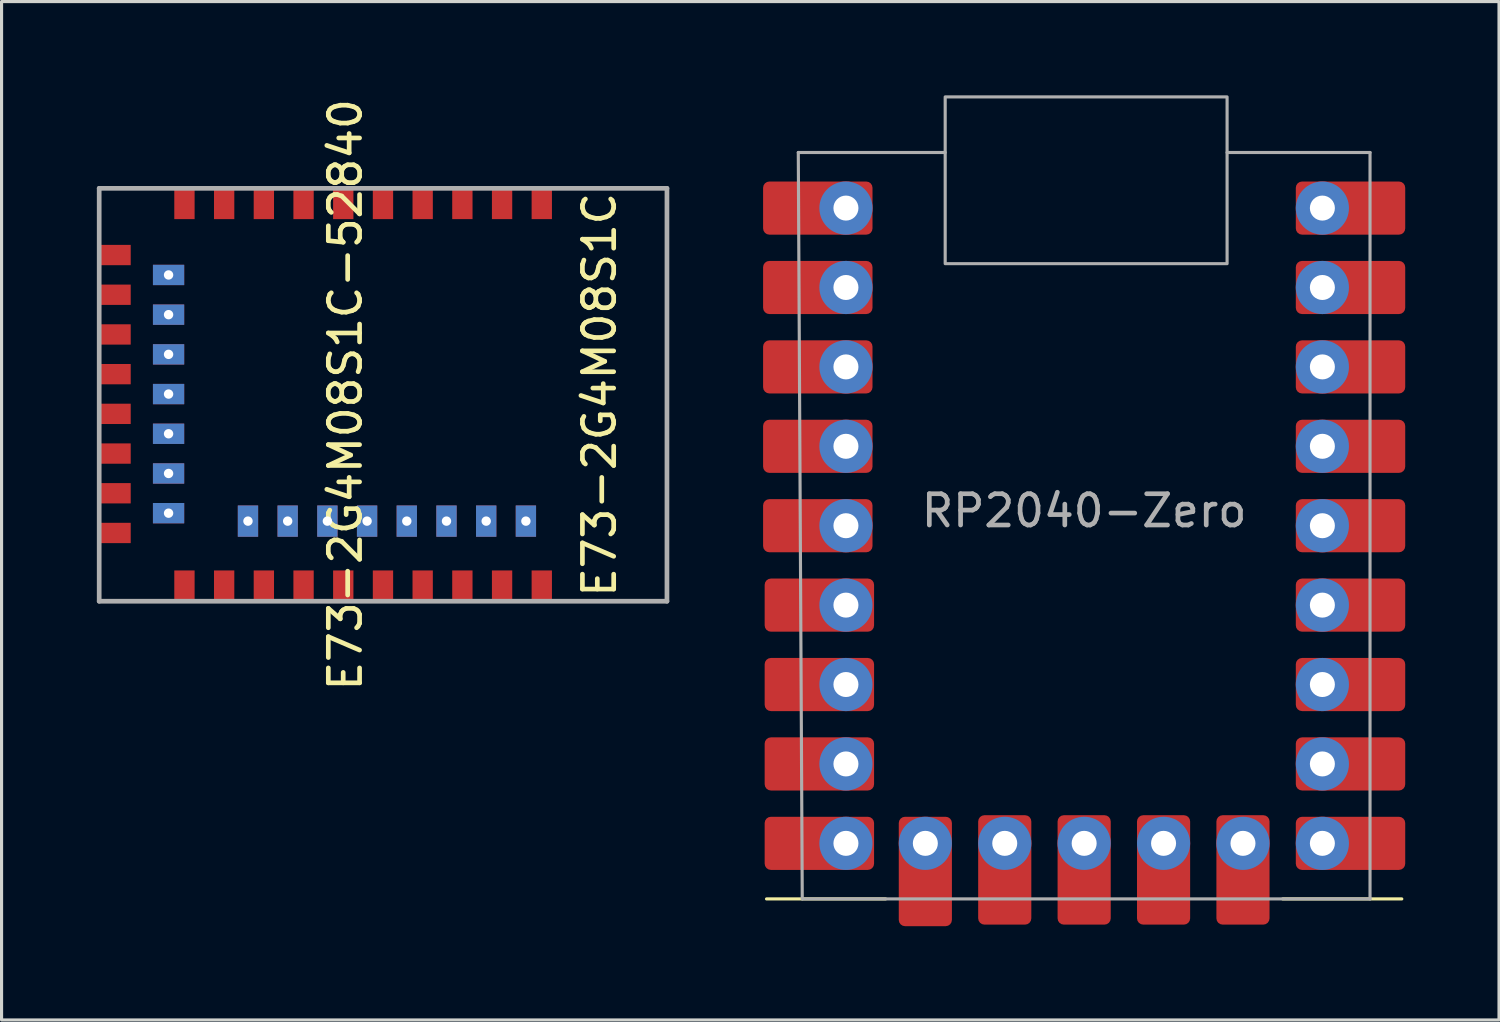
<source format=kicad_pcb>
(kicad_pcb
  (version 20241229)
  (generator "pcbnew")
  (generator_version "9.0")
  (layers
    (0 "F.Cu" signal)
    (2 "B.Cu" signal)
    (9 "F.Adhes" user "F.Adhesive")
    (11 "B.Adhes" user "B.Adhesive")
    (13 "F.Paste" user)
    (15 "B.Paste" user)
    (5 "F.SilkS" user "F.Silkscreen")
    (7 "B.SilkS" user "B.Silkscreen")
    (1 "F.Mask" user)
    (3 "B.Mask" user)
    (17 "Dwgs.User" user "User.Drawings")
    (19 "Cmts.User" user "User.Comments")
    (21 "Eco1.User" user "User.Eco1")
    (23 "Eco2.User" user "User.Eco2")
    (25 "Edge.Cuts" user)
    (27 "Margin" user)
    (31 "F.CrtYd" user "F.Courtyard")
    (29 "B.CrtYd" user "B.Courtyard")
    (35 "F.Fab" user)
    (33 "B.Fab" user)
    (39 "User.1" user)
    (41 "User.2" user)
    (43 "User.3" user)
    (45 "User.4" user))
  (footprint "E73-2G4M08S1C-52840"
    (layer "F.Cu")
    (at 0.25 9.578)
    (property "Reference" "E73-2G4M08S1C-52840" (at 7.747 -0.000467 270) (layer "F.SilkS") (effects (font (size 1 1) (thickness 0.15))))
    (attr through_hole)
    (fp_line (start -0.127 -6.604) (end -0.127 6.604) (stroke (width 0.15) (type solid)) (layer "F.Fab"))
    (fp_line (start -0.127 6.604) (end 18.034 6.604) (stroke (width 0.15) (type solid)) (layer "F.Fab"))
    (fp_line (start 18.034 -6.604) (end -0.127 -6.604) (stroke (width 0.15) (type solid)) (layer "F.Fab"))
    (fp_line (start 18.034 6.604) (end 18.034 -6.604) (stroke (width 0.15) (type solid)) (layer "F.Fab"))
    (fp_text user "E73-2G4M08S1C" (at 15.875 0 90) (layer "F.SilkS") (effects (font (size 1 1) (thickness 0.15))))
    (pad "1" smd rect (at 14.03 -6.119) (size 0.65 1) (layers "F.Cu" "F.Mask" "F.Paste"))
    (pad "2" smd rect (at 12.76 -6.119) (size 0.65 1) (layers "F.Cu" "F.Mask" "F.Paste"))
    (pad "3" smd rect (at 11.49 -6.119) (size 0.65 1) (layers "F.Cu" "F.Mask" "F.Paste"))
    (pad "4" smd rect (at 10.22 -6.119) (size 0.65 1) (layers "F.Cu" "F.Mask" "F.Paste"))
    (pad "5" smd rect (at 8.95 -6.119) (size 0.65 1) (layers "F.Cu" "F.Mask" "F.Paste"))
    (pad "6" smd rect (at 7.68 -6.119) (size 0.65 1) (layers "F.Cu" "F.Mask" "F.Paste"))
    (pad "7" smd rect (at 6.41 -6.119) (size 0.65 1) (layers "F.Cu" "F.Mask" "F.Paste"))
    (pad "8" smd rect (at 5.14 -6.119) (size 0.65 1) (layers "F.Cu" "F.Mask" "F.Paste"))
    (pad "9" smd rect (at 3.87 -6.119) (size 0.65 1) (layers "F.Cu" "F.Mask" "F.Paste"))
    (pad "10" smd rect (at 2.6 -6.119) (size 0.65 1) (layers "F.Cu" "F.Mask" "F.Paste"))
    (pad "11" smd rect (at 0.381 -4.47 90) (size 0.65 1) (layers "F.Cu" "F.Mask" "F.Paste"))
    (pad "12" thru_hole rect (at 2.092 -3.833 90) (size 0.65 1) (drill 0.3) (layers "*.Cu" "*.Mask"))
    (pad "13" smd rect (at 0.381 -3.2 90) (size 0.65 1) (layers "F.Cu" "F.Mask" "F.Paste"))
    (pad "14" thru_hole rect (at 2.092 -2.563 90) (size 0.65 1) (drill 0.3) (layers "*.Cu" "*.Mask"))
    (pad "15" smd rect (at 0.381 -1.93 90) (size 0.65 1) (layers "F.Cu" "F.Mask" "F.Paste"))
    (pad "16" thru_hole rect (at 2.092 -1.293 90) (size 0.65 1) (drill 0.3) (layers "*.Cu" "*.Mask"))
    (pad "17" smd rect (at 0.381 -0.66 90) (size 0.65 1) (layers "F.Cu" "F.Mask" "F.Paste"))
    (pad "18" thru_hole rect (at 2.092 -0.023 90) (size 0.65 1) (drill 0.3) (layers "*.Cu" "*.Mask"))
    (pad "19" smd rect (at 0.381 0.61 90) (size 0.65 1) (layers "F.Cu" "F.Mask" "F.Paste"))
    (pad "20" thru_hole rect (at 2.092 1.247 90) (size 0.65 1) (drill 0.3) (layers "*.Cu" "*.Mask"))
    (pad "21" smd rect (at 0.381 1.88 90) (size 0.65 1) (layers "F.Cu" "F.Mask" "F.Paste"))
    (pad "22" thru_hole rect (at 2.092 2.517 90) (size 0.65 1) (drill 0.3) (layers "*.Cu" "*.Mask"))
    (pad "23" smd rect (at 0.381 3.15 90) (size 0.65 1) (layers "F.Cu" "F.Mask" "F.Paste"))
    (pad "24" thru_hole rect (at 2.092 3.787 90) (size 0.65 1) (drill 0.3) (layers "*.Cu" "*.Mask"))
    (pad "25" smd rect (at 0.381 4.42 90) (size 0.65 1) (layers "F.Cu" "F.Mask" "F.Paste"))
    (pad "26" smd rect (at 2.6 6.119) (size 0.65 1) (layers "F.Cu" "F.Mask" "F.Paste"))
    (pad "27" smd rect (at 3.87 6.119) (size 0.65 1) (layers "F.Cu" "F.Mask" "F.Paste"))
    (pad "28" thru_hole rect (at 4.632 4.041) (size 0.65 1) (drill 0.3) (layers "*.Cu" "*.Mask"))
    (pad "29" smd rect (at 5.14 6.119) (size 0.65 1) (layers "F.Cu" "F.Mask" "F.Paste"))
    (pad "30" thru_hole rect (at 5.902 4.041) (size 0.65 1) (drill 0.3) (layers "*.Cu" "*.Mask"))
    (pad "31" smd rect (at 6.41 6.119) (size 0.65 1) (layers "F.Cu" "F.Mask" "F.Paste"))
    (pad "32" thru_hole rect (at 7.172 4.041) (size 0.65 1) (drill 0.3) (layers "*.Cu" "*.Mask"))
    (pad "33" smd rect (at 7.68 6.119) (size 0.65 1) (layers "F.Cu" "F.Mask" "F.Paste"))
    (pad "34" thru_hole rect (at 8.442 4.041) (size 0.65 1) (drill 0.3) (layers "*.Cu" "*.Mask"))
    (pad "35" smd rect (at 8.95 6.119) (size 0.65 1) (layers "F.Cu" "F.Mask" "F.Paste"))
    (pad "36" thru_hole rect (at 9.712 4.041) (size 0.65 1) (drill 0.3) (layers "*.Cu" "*.Mask"))
    (pad "37" smd rect (at 10.22 6.119) (size 0.65 1) (layers "F.Cu" "F.Mask" "F.Paste"))
    (pad "38" thru_hole rect (at 10.982 4.041) (size 0.65 1) (drill 0.3) (layers "*.Cu" "*.Mask"))
    (pad "39" smd rect (at 11.49 6.119) (size 0.65 1) (layers "F.Cu" "F.Mask" "F.Paste"))
    (pad "40" thru_hole rect (at 12.252 4.041) (size 0.65 1) (drill 0.3) (layers "*.Cu" "*.Mask"))
    (pad "41" smd rect (at 12.76 6.119) (size 0.65 1) (layers "F.Cu" "F.Mask" "F.Paste"))
    (pad "42" thru_hole rect (at 13.522 4.041) (size 0.65 1) (drill 0.3) (layers "*.Cu" "*.Mask"))
    (pad "43" smd rect (at 14.03 6.119) (size 0.65 1) (layers "F.Cu" "F.Mask" "F.Paste")))
  (footprint "RP2040-Zero"
    (layer "F.Cu")
    (at 31.629 13.288)
    (property "Reference" "RP2040-Zero" (at 0 0 0) (unlocked yes) (layer "F.Fab") (effects (font (size 1 1) (thickness 0.15))))
    (attr through_hole)
    (fp_line (start -10.16 12.416) (end -6.35 12.416) (stroke (width 0.1) (type solid)) (layer "F.SilkS"))
    (fp_line (start 6.35 12.416) (end 10.16 12.416) (stroke (width 0.1) (type solid)) (layer "F.SilkS"))
    (fp_line (start -9.144 -11.46) (end -4.445 -11.46) (stroke (width 0.1) (type default)) (layer "F.Fab"))
    (fp_line (start -9.017 12.416) (end -9.144 -11.46) (stroke (width 0.1) (type default)) (layer "F.Fab"))
    (fp_line (start 4.572 -11.46) (end 9.144 -11.46) (stroke (width 0.1) (type default)) (layer "F.Fab"))
    (fp_line (start 9.144 -11.46) (end 9.144 12.416) (stroke (width 0.1) (type default)) (layer "F.Fab"))
    (fp_line (start 9.144 12.416) (end -9.017 12.416) (stroke (width 0.1) (type default)) (layer "F.Fab"))
    (fp_rect (start -4.445 -13.238) (end 4.572 -7.904) (stroke (width 0.1) (type default)) (fill no) (layer "F.Fab"))
    (pad "1" smd roundrect (at -8.52 -9.682) (size 3.5 1.7) (layers "F.Cu" "F.Mask") (roundrect_rratio 0.118))
    (pad "1" thru_hole circle (at -7.62 -9.682) (size 1.7 1.7) (drill 0.8) (layers "*.Cu" "*.Mask"))
    (pad "2" smd roundrect (at -8.52 -7.142) (size 3.5 1.7) (layers "F.Cu" "F.Mask") (roundrect_rratio 0.118))
    (pad "2" thru_hole circle (at -7.62 -7.142) (size 1.7 1.7) (drill 0.8) (layers "*.Cu" "*.Mask"))
    (pad "3" smd roundrect (at -8.52 -4.602) (size 3.5 1.7) (layers "F.Cu" "F.Mask") (roundrect_rratio 0.118))
    (pad "3" thru_hole circle (at -7.62 -4.602) (size 1.7 1.7) (drill 0.8) (layers "*.Cu" "*.Mask"))
    (pad "4" smd roundrect (at -8.52 -2.062) (size 3.5 1.7) (layers "F.Cu" "F.Mask") (roundrect_rratio 0.118))
    (pad "4" thru_hole circle (at -7.62 -2.062) (size 1.7 1.7) (drill 0.8) (layers "*.Cu" "*.Mask"))
    (pad "5" smd roundrect (at -8.52 0.478) (size 3.5 1.7) (layers "F.Cu" "F.Mask") (roundrect_rratio 0.118))
    (pad "5" thru_hole circle (at -7.62 0.478) (size 1.7 1.7) (drill 0.8) (layers "*.Cu" "*.Mask"))
    (pad "6" smd roundrect (at -8.47 3.018) (size 3.5 1.7) (layers "F.Cu" "F.Mask") (roundrect_rratio 0.118))
    (pad "6" thru_hole circle (at -7.62 3.018) (size 1.7 1.7) (drill 0.8) (layers "*.Cu" "*.Mask"))
    (pad "7" smd roundrect (at -8.47 5.558) (size 3.5 1.7) (layers "F.Cu" "F.Mask") (roundrect_rratio 0.118))
    (pad "7" thru_hole circle (at -7.62 5.558) (size 1.7 1.7) (drill 0.8) (layers "*.Cu" "*.Mask"))
    (pad "8" smd roundrect (at -8.47 8.098) (size 3.5 1.7) (layers "F.Cu" "F.Mask") (roundrect_rratio 0.118))
    (pad "8" thru_hole circle (at -7.62 8.098) (size 1.7 1.7) (drill 0.8) (layers "*.Cu" "*.Mask"))
    (pad "9" smd roundrect (at -8.47 10.638) (size 3.5 1.7) (layers "F.Cu" "F.Mask") (roundrect_rratio 0.118))
    (pad "9" thru_hole circle (at -7.62 10.638) (size 1.7 1.7) (drill 0.8) (layers "*.Cu" "*.Mask"))
    (pad "10" thru_hole circle (at 7.62 -9.682) (size 1.7 1.7) (drill 0.8) (layers "*.Cu" "*.Mask"))
    (pad "10" smd roundrect (at 8.52 -9.682) (size 3.5 1.7) (layers "F.Cu" "F.Mask") (roundrect_rratio 0.118))
    (pad "11" thru_hole circle (at 7.62 -7.142) (size 1.7 1.7) (drill 0.8) (layers "*.Cu" "*.Mask"))
    (pad "11" smd roundrect (at 8.52 -7.142) (size 3.5 1.7) (layers "F.Cu" "F.Mask") (roundrect_rratio 0.118))
    (pad "12" thru_hole circle (at 7.62 -4.602) (size 1.7 1.7) (drill 0.8) (layers "*.Cu" "*.Mask"))
    (pad "12" smd roundrect (at 8.52 -4.602) (size 3.5 1.7) (layers "F.Cu" "F.Mask") (roundrect_rratio 0.118))
    (pad "13" thru_hole circle (at 7.62 -2.062) (size 1.7 1.7) (drill 0.8) (layers "*.Cu" "*.Mask"))
    (pad "13" smd roundrect (at 8.52 -2.062) (size 3.5 1.7) (layers "F.Cu" "F.Mask") (roundrect_rratio 0.118))
    (pad "14" thru_hole circle (at 7.62 0.478) (size 1.7 1.7) (drill 0.8) (layers "*.Cu" "*.Mask"))
    (pad "14" smd roundrect (at 8.52 0.478) (size 3.5 1.7) (layers "F.Cu" "F.Mask") (roundrect_rratio 0.118))
    (pad "15" thru_hole circle (at 7.62 3.018) (size 1.7 1.7) (drill 0.8) (layers "*.Cu" "*.Mask"))
    (pad "15" smd roundrect (at 8.52 3.018) (size 3.5 1.7) (layers "F.Cu" "F.Mask") (roundrect_rratio 0.118))
    (pad "16" thru_hole circle (at 7.62 5.558) (size 1.7 1.7) (drill 0.8) (layers "*.Cu" "*.Mask"))
    (pad "16" smd roundrect (at 8.52 5.558) (size 3.5 1.7) (layers "F.Cu" "F.Mask") (roundrect_rratio 0.118))
    (pad "17" thru_hole circle (at 7.62 8.098) (size 1.7 1.7) (drill 0.8) (layers "*.Cu" "*.Mask"))
    (pad "17" smd roundrect (at 8.52 8.098) (size 3.5 1.7) (layers "F.Cu" "F.Mask") (roundrect_rratio 0.118))
    (pad "18" thru_hole circle (at 7.62 10.638) (size 1.7 1.7) (drill 0.8) (layers "*.Cu" "*.Mask"))
    (pad "18" smd roundrect (at 8.52 10.638) (size 3.5 1.7) (layers "F.Cu" "F.Mask") (roundrect_rratio 0.118))
    (pad "19" thru_hole circle (at -5.08 10.638) (size 1.7 1.7) (drill 0.8) (layers "*.Cu" "*.Mask"))
    (pad "19" smd roundrect (at -5.08 11.538 90) (size 3.5 1.7) (layers "F.Cu" "F.Mask") (roundrect_rratio 0.118))
    (pad "20" thru_hole circle (at -2.54 10.638) (size 1.7 1.7) (drill 0.8) (layers "*.Cu" "*.Mask"))
    (pad "20" smd roundrect (at -2.54 11.488 90) (size 3.5 1.7) (layers "F.Cu" "F.Mask") (roundrect_rratio 0.118))
    (pad "21" thru_hole circle (at 0 10.638) (size 1.7 1.7) (drill 0.8) (layers "*.Cu" "*.Mask"))
    (pad "21" smd roundrect (at 0 11.488 90) (size 3.5 1.7) (layers "F.Cu" "F.Mask") (roundrect_rratio 0.118))
    (pad "22" thru_hole circle (at 2.54 10.638) (size 1.7 1.7) (drill 0.8) (layers "*.Cu" "*.Mask"))
    (pad "22" smd roundrect (at 2.54 11.488 90) (size 3.5 1.7) (layers "F.Cu" "F.Mask") (roundrect_rratio 0.118))
    (pad "23" thru_hole circle (at 5.08 10.638) (size 1.7 1.7) (drill 0.8) (layers "*.Cu" "*.Mask"))
    (pad "23" smd roundrect (at 5.08 11.488 90) (size 3.5 1.7) (layers "F.Cu" "F.Mask") (roundrect_rratio 0.118)))
  (gr_rect
    (start -3 -3)
    (end 44.899 29.576)
    (stroke (width 0.1) (type default))
    (fill no)
    (layer "Edge.Cuts")))
</source>
